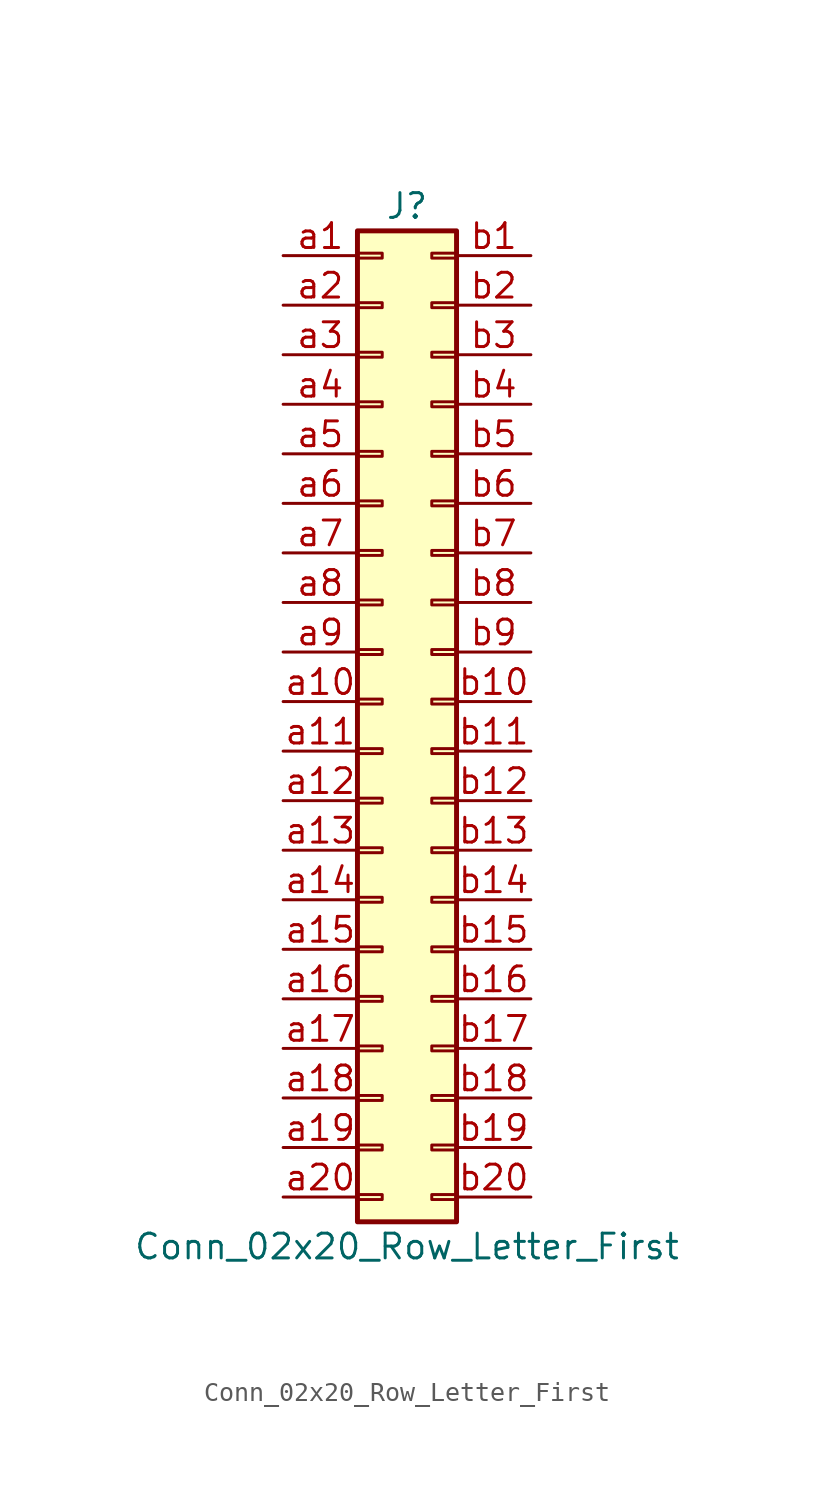
<source format=kicad_sym>
(kicad_symbol_lib
  (version 20201005)
  (generator kicad_symbol_editor)
  (symbol "Conn_02x20_Row_Letter_First"
    (pin_names
      (offset 1.016) hide)
    (property "Reference" "J"
      (at 1.27 25.4 0)
      (effects (font (size 1.27 1.27))))
    (property "Value" "Conn_02x20_Row_Letter_First"
      (at 1.27 -27.94 0)
      (effects (font (size 1.27 1.27))))
    (symbol "Conn_02x20_Row_Letter_First_1_1"
      (rectangle (start -1.27 -25.273) (end 0 -25.527) (stroke (width 0.152)) (fill (type none)))
      (rectangle (start -1.27 -22.733) (end 0 -22.987) (stroke (width 0.152)) (fill (type none)))
      (rectangle (start -1.27 -20.193) (end 0 -20.447) (stroke (width 0.152)) (fill (type none)))
      (rectangle (start -1.27 -17.653) (end 0 -17.907) (stroke (width 0.152)) (fill (type none)))
      (rectangle (start -1.27 -15.113) (end 0 -15.367) (stroke (width 0.152)) (fill (type none)))
      (rectangle (start -1.27 -12.573) (end 0 -12.827) (stroke (width 0.152)) (fill (type none)))
      (rectangle (start -1.27 -10.033) (end 0 -10.287) (stroke (width 0.152)) (fill (type none)))
      (rectangle (start -1.27 -7.493) (end 0 -7.747) (stroke (width 0.152)) (fill (type none)))
      (rectangle (start -1.27 -4.953) (end 0 -5.207) (stroke (width 0.152)) (fill (type none)))
      (rectangle (start -1.27 -2.413) (end 0 -2.667) (stroke (width 0.152)) (fill (type none)))
      (rectangle (start -1.27 0.127) (end 0 -0.127) (stroke (width 0.152)) (fill (type none)))
      (rectangle (start -1.27 2.667) (end 0 2.413) (stroke (width 0.152)) (fill (type none)))
      (rectangle (start -1.27 5.207) (end 0 4.953) (stroke (width 0.152)) (fill (type none)))
      (rectangle (start -1.27 7.747) (end 0 7.493) (stroke (width 0.152)) (fill (type none)))
      (rectangle (start -1.27 10.287) (end 0 10.033) (stroke (width 0.152)) (fill (type none)))
      (rectangle (start -1.27 12.827) (end 0 12.573) (stroke (width 0.152)) (fill (type none)))
      (rectangle (start -1.27 15.367) (end 0 15.113) (stroke (width 0.152)) (fill (type none)))
      (rectangle (start -1.27 17.907) (end 0 17.653) (stroke (width 0.152)) (fill (type none)))
      (rectangle (start -1.27 20.447) (end 0 20.193) (stroke (width 0.152)) (fill (type none)))
      (rectangle (start -1.27 22.987) (end 0 22.733) (stroke (width 0.152)) (fill (type none)))
      (rectangle (start -1.27 24.13) (end 3.81 -26.67) (stroke (width 0.254)) (fill (type background)))
      (rectangle (start 3.81 -25.273) (end 2.54 -25.527) (stroke (width 0.152)) (fill (type none)))
      (rectangle (start 3.81 -22.733) (end 2.54 -22.987) (stroke (width 0.152)) (fill (type none)))
      (rectangle (start 3.81 -20.193) (end 2.54 -20.447) (stroke (width 0.152)) (fill (type none)))
      (rectangle (start 3.81 -17.653) (end 2.54 -17.907) (stroke (width 0.152)) (fill (type none)))
      (rectangle (start 3.81 -15.113) (end 2.54 -15.367) (stroke (width 0.152)) (fill (type none)))
      (rectangle (start 3.81 -12.573) (end 2.54 -12.827) (stroke (width 0.152)) (fill (type none)))
      (rectangle (start 3.81 -10.033) (end 2.54 -10.287) (stroke (width 0.152)) (fill (type none)))
      (rectangle (start 3.81 -7.493) (end 2.54 -7.747) (stroke (width 0.152)) (fill (type none)))
      (rectangle (start 3.81 -4.953) (end 2.54 -5.207) (stroke (width 0.152)) (fill (type none)))
      (rectangle (start 3.81 -2.413) (end 2.54 -2.667) (stroke (width 0.152)) (fill (type none)))
      (rectangle (start 3.81 0.127) (end 2.54 -0.127) (stroke (width 0.152)) (fill (type none)))
      (rectangle (start 3.81 2.667) (end 2.54 2.413) (stroke (width 0.152)) (fill (type none)))
      (rectangle (start 3.81 5.207) (end 2.54 4.953) (stroke (width 0.152)) (fill (type none)))
      (rectangle (start 3.81 7.747) (end 2.54 7.493) (stroke (width 0.152)) (fill (type none)))
      (rectangle (start 3.81 10.287) (end 2.54 10.033) (stroke (width 0.152)) (fill (type none)))
      (rectangle (start 3.81 12.827) (end 2.54 12.573) (stroke (width 0.152)) (fill (type none)))
      (rectangle (start 3.81 15.367) (end 2.54 15.113) (stroke (width 0.152)) (fill (type none)))
      (rectangle (start 3.81 17.907) (end 2.54 17.653) (stroke (width 0.152)) (fill (type none)))
      (rectangle (start 3.81 20.447) (end 2.54 20.193) (stroke (width 0.152)) (fill (type none)))
      (rectangle (start 3.81 22.987) (end 2.54 22.733) (stroke (width 0.152)) (fill (type none)))
      (pin passive line (at -5.08 22.86 0) (length 3.81) (name "Pin_a1" (effects (font (size 1.27 1.27)))) (number "a1" (effects (font (size 1.27 1.27)))))
      (pin passive line (at -5.08 0 0) (length 3.81) (name "Pin_a10" (effects (font (size 1.27 1.27)))) (number "a10" (effects (font (size 1.27 1.27)))))
      (pin passive line (at -5.08 -2.54 0) (length 3.81) (name "Pin_a11" (effects (font (size 1.27 1.27)))) (number "a11" (effects (font (size 1.27 1.27)))))
      (pin passive line (at -5.08 -5.08 0) (length 3.81) (name "Pin_a12" (effects (font (size 1.27 1.27)))) (number "a12" (effects (font (size 1.27 1.27)))))
      (pin passive line (at -5.08 -7.62 0) (length 3.81) (name "Pin_a13" (effects (font (size 1.27 1.27)))) (number "a13" (effects (font (size 1.27 1.27)))))
      (pin passive line (at -5.08 -10.16 0) (length 3.81) (name "Pin_a14" (effects (font (size 1.27 1.27)))) (number "a14" (effects (font (size 1.27 1.27)))))
      (pin passive line (at -5.08 -12.7 0) (length 3.81) (name "Pin_a15" (effects (font (size 1.27 1.27)))) (number "a15" (effects (font (size 1.27 1.27)))))
      (pin passive line (at -5.08 -15.24 0) (length 3.81) (name "Pin_a16" (effects (font (size 1.27 1.27)))) (number "a16" (effects (font (size 1.27 1.27)))))
      (pin passive line (at -5.08 -17.78 0) (length 3.81) (name "Pin_a17" (effects (font (size 1.27 1.27)))) (number "a17" (effects (font (size 1.27 1.27)))))
      (pin passive line (at -5.08 -20.32 0) (length 3.81) (name "Pin_a18" (effects (font (size 1.27 1.27)))) (number "a18" (effects (font (size 1.27 1.27)))))
      (pin passive line (at -5.08 -22.86 0) (length 3.81) (name "Pin_a19" (effects (font (size 1.27 1.27)))) (number "a19" (effects (font (size 1.27 1.27)))))
      (pin passive line (at -5.08 20.32 0) (length 3.81) (name "Pin_a2" (effects (font (size 1.27 1.27)))) (number "a2" (effects (font (size 1.27 1.27)))))
      (pin passive line (at -5.08 -25.4 0) (length 3.81) (name "Pin_a20" (effects (font (size 1.27 1.27)))) (number "a20" (effects (font (size 1.27 1.27)))))
      (pin passive line (at -5.08 17.78 0) (length 3.81) (name "Pin_a3" (effects (font (size 1.27 1.27)))) (number "a3" (effects (font (size 1.27 1.27)))))
      (pin passive line (at -5.08 15.24 0) (length 3.81) (name "Pin_a4" (effects (font (size 1.27 1.27)))) (number "a4" (effects (font (size 1.27 1.27)))))
      (pin passive line (at -5.08 12.7 0) (length 3.81) (name "Pin_a5" (effects (font (size 1.27 1.27)))) (number "a5" (effects (font (size 1.27 1.27)))))
      (pin passive line (at -5.08 10.16 0) (length 3.81) (name "Pin_a6" (effects (font (size 1.27 1.27)))) (number "a6" (effects (font (size 1.27 1.27)))))
      (pin passive line (at -5.08 7.62 0) (length 3.81) (name "Pin_a7" (effects (font (size 1.27 1.27)))) (number "a7" (effects (font (size 1.27 1.27)))))
      (pin passive line (at -5.08 5.08 0) (length 3.81) (name "Pin_a8" (effects (font (size 1.27 1.27)))) (number "a8" (effects (font (size 1.27 1.27)))))
      (pin passive line (at -5.08 2.54 0) (length 3.81) (name "Pin_a9" (effects (font (size 1.27 1.27)))) (number "a9" (effects (font (size 1.27 1.27)))))
      (pin passive line (at 7.62 22.86 180) (length 3.81) (name "Pin_b1" (effects (font (size 1.27 1.27)))) (number "b1" (effects (font (size 1.27 1.27)))))
      (pin passive line (at 7.62 0 180) (length 3.81) (name "Pin_b10" (effects (font (size 1.27 1.27)))) (number "b10" (effects (font (size 1.27 1.27)))))
      (pin passive line (at 7.62 -2.54 180) (length 3.81) (name "Pin_b11" (effects (font (size 1.27 1.27)))) (number "b11" (effects (font (size 1.27 1.27)))))
      (pin passive line (at 7.62 -5.08 180) (length 3.81) (name "Pin_b12" (effects (font (size 1.27 1.27)))) (number "b12" (effects (font (size 1.27 1.27)))))
      (pin passive line (at 7.62 -7.62 180) (length 3.81) (name "Pin_b13" (effects (font (size 1.27 1.27)))) (number "b13" (effects (font (size 1.27 1.27)))))
      (pin passive line (at 7.62 -10.16 180) (length 3.81) (name "Pin_b14" (effects (font (size 1.27 1.27)))) (number "b14" (effects (font (size 1.27 1.27)))))
      (pin passive line (at 7.62 -12.7 180) (length 3.81) (name "Pin_b15" (effects (font (size 1.27 1.27)))) (number "b15" (effects (font (size 1.27 1.27)))))
      (pin passive line (at 7.62 -15.24 180) (length 3.81) (name "Pin_b16" (effects (font (size 1.27 1.27)))) (number "b16" (effects (font (size 1.27 1.27)))))
      (pin passive line (at 7.62 -17.78 180) (length 3.81) (name "Pin_b17" (effects (font (size 1.27 1.27)))) (number "b17" (effects (font (size 1.27 1.27)))))
      (pin passive line (at 7.62 -20.32 180) (length 3.81) (name "Pin_b18" (effects (font (size 1.27 1.27)))) (number "b18" (effects (font (size 1.27 1.27)))))
      (pin passive line (at 7.62 -22.86 180) (length 3.81) (name "Pin_b19" (effects (font (size 1.27 1.27)))) (number "b19" (effects (font (size 1.27 1.27)))))
      (pin passive line (at 7.62 20.32 180) (length 3.81) (name "Pin_b2" (effects (font (size 1.27 1.27)))) (number "b2" (effects (font (size 1.27 1.27)))))
      (pin passive line (at 7.62 -25.4 180) (length 3.81) (name "Pin_b20" (effects (font (size 1.27 1.27)))) (number "b20" (effects (font (size 1.27 1.27)))))
      (pin passive line (at 7.62 17.78 180) (length 3.81) (name "Pin_b3" (effects (font (size 1.27 1.27)))) (number "b3" (effects (font (size 1.27 1.27)))))
      (pin passive line (at 7.62 15.24 180) (length 3.81) (name "Pin_b4" (effects (font (size 1.27 1.27)))) (number "b4" (effects (font (size 1.27 1.27)))))
      (pin passive line (at 7.62 12.7 180) (length 3.81) (name "Pin_b5" (effects (font (size 1.27 1.27)))) (number "b5" (effects (font (size 1.27 1.27)))))
      (pin passive line (at 7.62 10.16 180) (length 3.81) (name "Pin_b6" (effects (font (size 1.27 1.27)))) (number "b6" (effects (font (size 1.27 1.27)))))
      (pin passive line (at 7.62 7.62 180) (length 3.81) (name "Pin_b7" (effects (font (size 1.27 1.27)))) (number "b7" (effects (font (size 1.27 1.27)))))
      (pin passive line (at 7.62 5.08 180) (length 3.81) (name "Pin_b8" (effects (font (size 1.27 1.27)))) (number "b8" (effects (font (size 1.27 1.27)))))
      (pin passive line (at 7.62 2.54 180) (length 3.81) (name "Pin_b9" (effects (font (size 1.27 1.27)))) (number "b9" (effects (font (size 1.27 1.27))))))))
</source>
